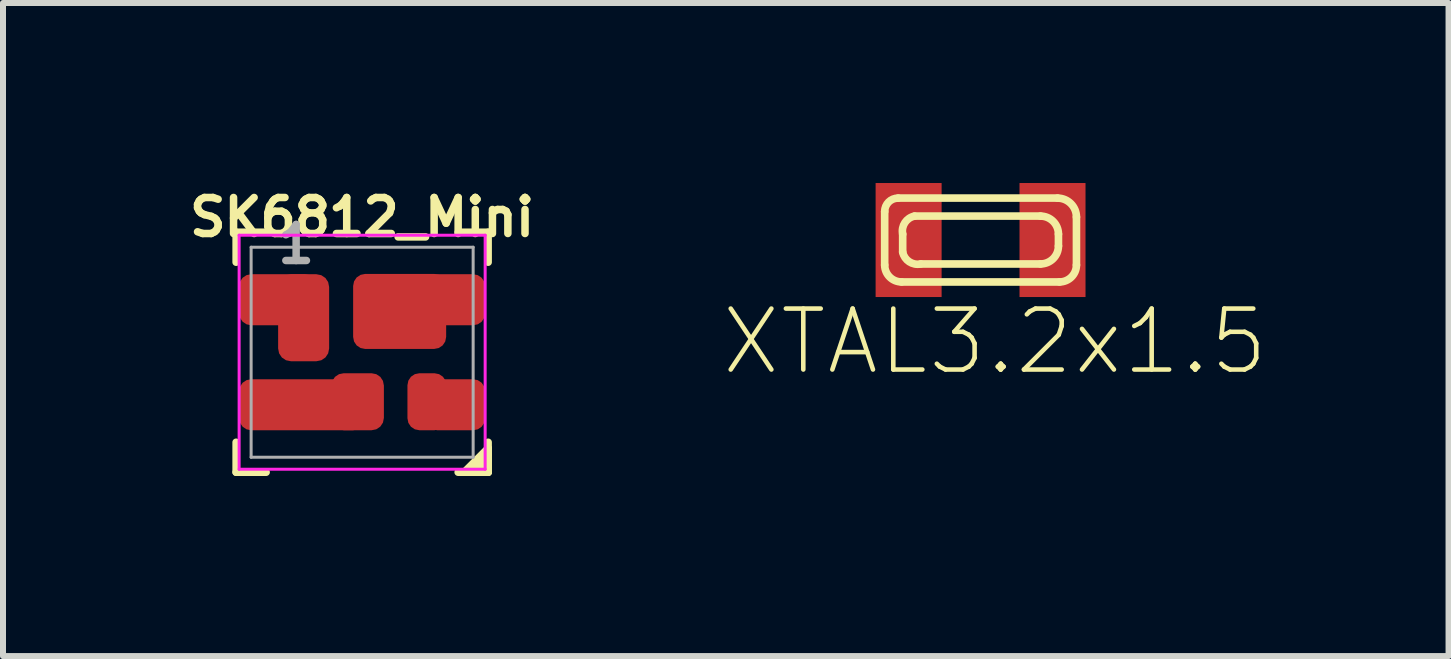
<source format=kicad_pcb>
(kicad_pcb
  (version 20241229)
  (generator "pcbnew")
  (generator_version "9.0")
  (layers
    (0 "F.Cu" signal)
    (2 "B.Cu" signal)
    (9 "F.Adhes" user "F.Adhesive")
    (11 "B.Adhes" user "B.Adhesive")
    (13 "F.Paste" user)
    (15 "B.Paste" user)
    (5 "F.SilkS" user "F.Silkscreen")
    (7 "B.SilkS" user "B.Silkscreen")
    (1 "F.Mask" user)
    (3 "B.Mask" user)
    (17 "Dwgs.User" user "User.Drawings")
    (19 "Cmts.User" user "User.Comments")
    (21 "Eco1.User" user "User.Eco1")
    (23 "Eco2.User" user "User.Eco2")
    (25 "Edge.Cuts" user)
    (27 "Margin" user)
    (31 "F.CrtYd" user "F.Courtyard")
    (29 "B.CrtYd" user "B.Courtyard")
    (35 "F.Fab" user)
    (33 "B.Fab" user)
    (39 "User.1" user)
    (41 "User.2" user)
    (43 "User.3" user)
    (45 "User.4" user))
  (footprint "XTAL3.2x1.5"
    (layer "F.Cu")
    (at 13.291 0.95)
    (property "Reference" "XTAL3.2x1.5" (at 0.239 1.692 0) (layer "F.SilkS") (effects (font (size 1.016 1.016) (thickness 0.076))))
    (attr smd)
    (fp_line (start -1.598 0.417) (end -1.598 -0.475) (stroke (width 0.127) (type solid)) (layer "F.SilkS"))
    (fp_line (start -1.374 -0.699) (end 1.283 -0.699) (stroke (width 0.127) (type solid)) (layer "F.SilkS"))
    (fp_line (start -1.298 0.198) (end -1.298 -0.099) (stroke (width 0.127) (type solid)) (layer "F.SilkS"))
    (fp_line (start -1.1 -0.399) (end 0.998 -0.399) (stroke (width 0.127) (type solid)) (layer "F.SilkS"))
    (fp_line (start 0.998 0.399) (end -0.998 0.399) (stroke (width 0.127) (type solid)) (layer "F.SilkS"))
    (fp_line (start 1.298 -0.099) (end 1.298 0.099) (stroke (width 0.127) (type solid)) (layer "F.SilkS"))
    (fp_line (start 1.316 0.699) (end -1.316 0.699) (stroke (width 0.127) (type solid)) (layer "F.SilkS"))
    (fp_line (start 1.598 -0.384) (end 1.598 0.417) (stroke (width 0.127) (type solid)) (layer "F.SilkS"))
    (fp_arc (start -1.59766 -0.47498) (mid -1.532193 -0.633033) (end -1.37414 -0.6985) (stroke (width 0.127) (type solid)) (layer "F.SilkS"))
    (fp_arc (start -1.31572 0.6985) (mid -1.515082 0.615922) (end -1.59766 0.41656) (stroke (width 0.127) (type solid)) (layer "F.SilkS"))
    (fp_arc (start -1.29794 -0.09906) (mid -1.260954 -0.289952) (end -1.09982 -0.39878) (stroke (width 0.127) (type solid)) (layer "F.SilkS"))
    (fp_arc (start -0.99822 0.39878) (mid -1.189112 0.361794) (end -1.29794 0.20066) (stroke (width 0.127) (type solid)) (layer "F.SilkS"))
    (fp_arc (start 0.99822 -0.39878) (mid 1.209969 -0.311179) (end 1.29794 -0.099583) (stroke (width 0.127) (type solid)) (layer "F.SilkS"))
    (fp_arc (start 1.2827 -0.6985) (mid 1.50541 -0.60625) (end 1.59766 -0.38354) (stroke (width 0.127) (type solid)) (layer "F.SilkS"))
    (fp_arc (start 1.29794 0.09906) (mid 1.210154 0.310994) (end 0.99822 0.39878) (stroke (width 0.127) (type solid)) (layer "F.SilkS"))
    (fp_arc (start 1.59766 0.41656) (mid 1.515082 0.615922) (end 1.31572 0.6985) (stroke (width 0.127) (type solid)) (layer "F.SilkS"))
    (pad "P$1" smd rect (at 1.199 0) (size 1.1 1.9) (layers "F.Cu" "F.Mask" "F.Paste"))
    (pad "P$2" smd rect (at -1.199 0 180) (size 1.1 1.9) (layers "F.Cu" "F.Mask" "F.Paste")))
  (footprint "SK6812_Mini"
    (layer "F.Cu")
    (at 2.985 2.82)
    (property "Reference" "SK6812_Mini" (at 0 -2.25 0) (layer "F.SilkS") (effects (font (size 0.6 0.6) (thickness 0.125))))
    (attr smd)
    (fp_line (start -2.1 -2) (end -2.1 -1.5) (stroke (width 0.125) (type solid)) (layer "F.SilkS"))
    (fp_line (start -2.1 -2) (end -1.6 -2) (stroke (width 0.125) (type solid)) (layer "F.SilkS"))
    (fp_line (start -2.1 2) (end -2.1 1.5) (stroke (width 0.125) (type solid)) (layer "F.SilkS"))
    (fp_line (start -2.1 2) (end -1.6 2) (stroke (width 0.125) (type solid)) (layer "F.SilkS"))
    (fp_line (start 1.7 2) (end 2.1 1.6) (stroke (width 0.125) (type solid)) (layer "F.SilkS"))
    (fp_line (start 2.1 -2) (end 1.6 -2) (stroke (width 0.125) (type solid)) (layer "F.SilkS"))
    (fp_line (start 2.1 -2) (end 2.1 -1.5) (stroke (width 0.125) (type solid)) (layer "F.SilkS"))
    (fp_line (start 2.1 1.6) (end 2.1 2) (stroke (width 0.125) (type solid)) (layer "F.SilkS"))
    (fp_line (start 2.1 1.7) (end 1.8 2) (stroke (width 0.125) (type solid)) (layer "F.SilkS"))
    (fp_line (start 2.1 1.8) (end 1.9 2) (stroke (width 0.125) (type solid)) (layer "F.SilkS"))
    (fp_line (start 2.1 2) (end 1.6 2) (stroke (width 0.125) (type solid)) (layer "F.SilkS"))
    (fp_line (start 2.1 2) (end 1.7 2) (stroke (width 0.125) (type solid)) (layer "F.SilkS"))
    (fp_line (start 2.1 2) (end 2.1 1.5) (stroke (width 0.125) (type solid)) (layer "F.SilkS"))
    (fp_line (start -2.05 -1.95) (end 2.05 -1.95) (stroke (width 0.05) (type solid)) (layer "F.CrtYd"))
    (fp_line (start -2.05 1.95) (end -2.05 -1.95) (stroke (width 0.05) (type solid)) (layer "F.CrtYd"))
    (fp_line (start 2.05 -1.95) (end 2.05 1.95) (stroke (width 0.05) (type solid)) (layer "F.CrtYd"))
    (fp_line (start 2.05 1.95) (end -2.05 1.95) (stroke (width 0.05) (type solid)) (layer "F.CrtYd"))
    (fp_line (start -1.85 -1.75) (end 1.85 -1.75) (stroke (width 0.05) (type solid)) (layer "F.Fab"))
    (fp_line (start -1.85 1.75) (end -1.85 -1.75) (stroke (width 0.05) (type solid)) (layer "F.Fab"))
    (fp_line (start 1.85 -1.75) (end 1.85 1.75) (stroke (width 0.05) (type solid)) (layer "F.Fab"))
    (fp_line (start 1.85 1.75) (end -1.85 1.75) (stroke (width 0.05) (type solid)) (layer "F.Fab"))
    (fp_text user "1" (at -1.1 -1.8 0) (layer "F.Fab") (effects (font (size 0.6 0.6) (thickness 0.125))))
    (pad "1" smd roundrect (at -1.4 -0.875) (size 1.3 0.85) (layers "F.Cu" "F.Mask" "F.Paste") (roundrect_rratio 0.235))
    (pad "1" smd roundrect (at -0.975 -0.575) (size 0.85 1.45) (layers "F.Cu" "F.Mask" "F.Paste") (roundrect_rratio 0.25))
    (pad "2" smd roundrect (at -1 0.875) (size 2.1 0.85) (layers "F.Cu" "F.Mask" "F.Paste") (roundrect_rratio 0.235))
    (pad "2" smd roundrect (at -0.075 0.825) (size 0.875 0.95) (layers "F.Cu" "F.Mask" "F.Paste") (roundrect_rratio 0.235))
    (pad "3" smd roundrect (at 1.08 0.825) (size 0.65 0.95) (layers "F.Cu" "F.Mask" "F.Paste") (roundrect_rratio 0.307))
    (pad "3" smd roundrect (at 1.55 0.875) (size 1 0.85) (layers "F.Cu" "F.Mask" "F.Paste") (roundrect_rratio 0.235))
    (pad "4" smd roundrect (at 0.625 -0.68) (size 1.55 1.25) (layers "F.Cu" "F.Mask" "F.Paste") (roundrect_rratio 0.16))
    (pad "4" smd roundrect (at 1.05 -0.875) (size 2 0.85) (layers "F.Cu" "F.Mask" "F.Paste") (roundrect_rratio 0.235)))
  (gr_rect
    (start -3 -3)
    (end 21.09 7.883)
    (stroke (width 0.1) (type default))
    (fill no)
    (layer "Edge.Cuts")))
</source>
